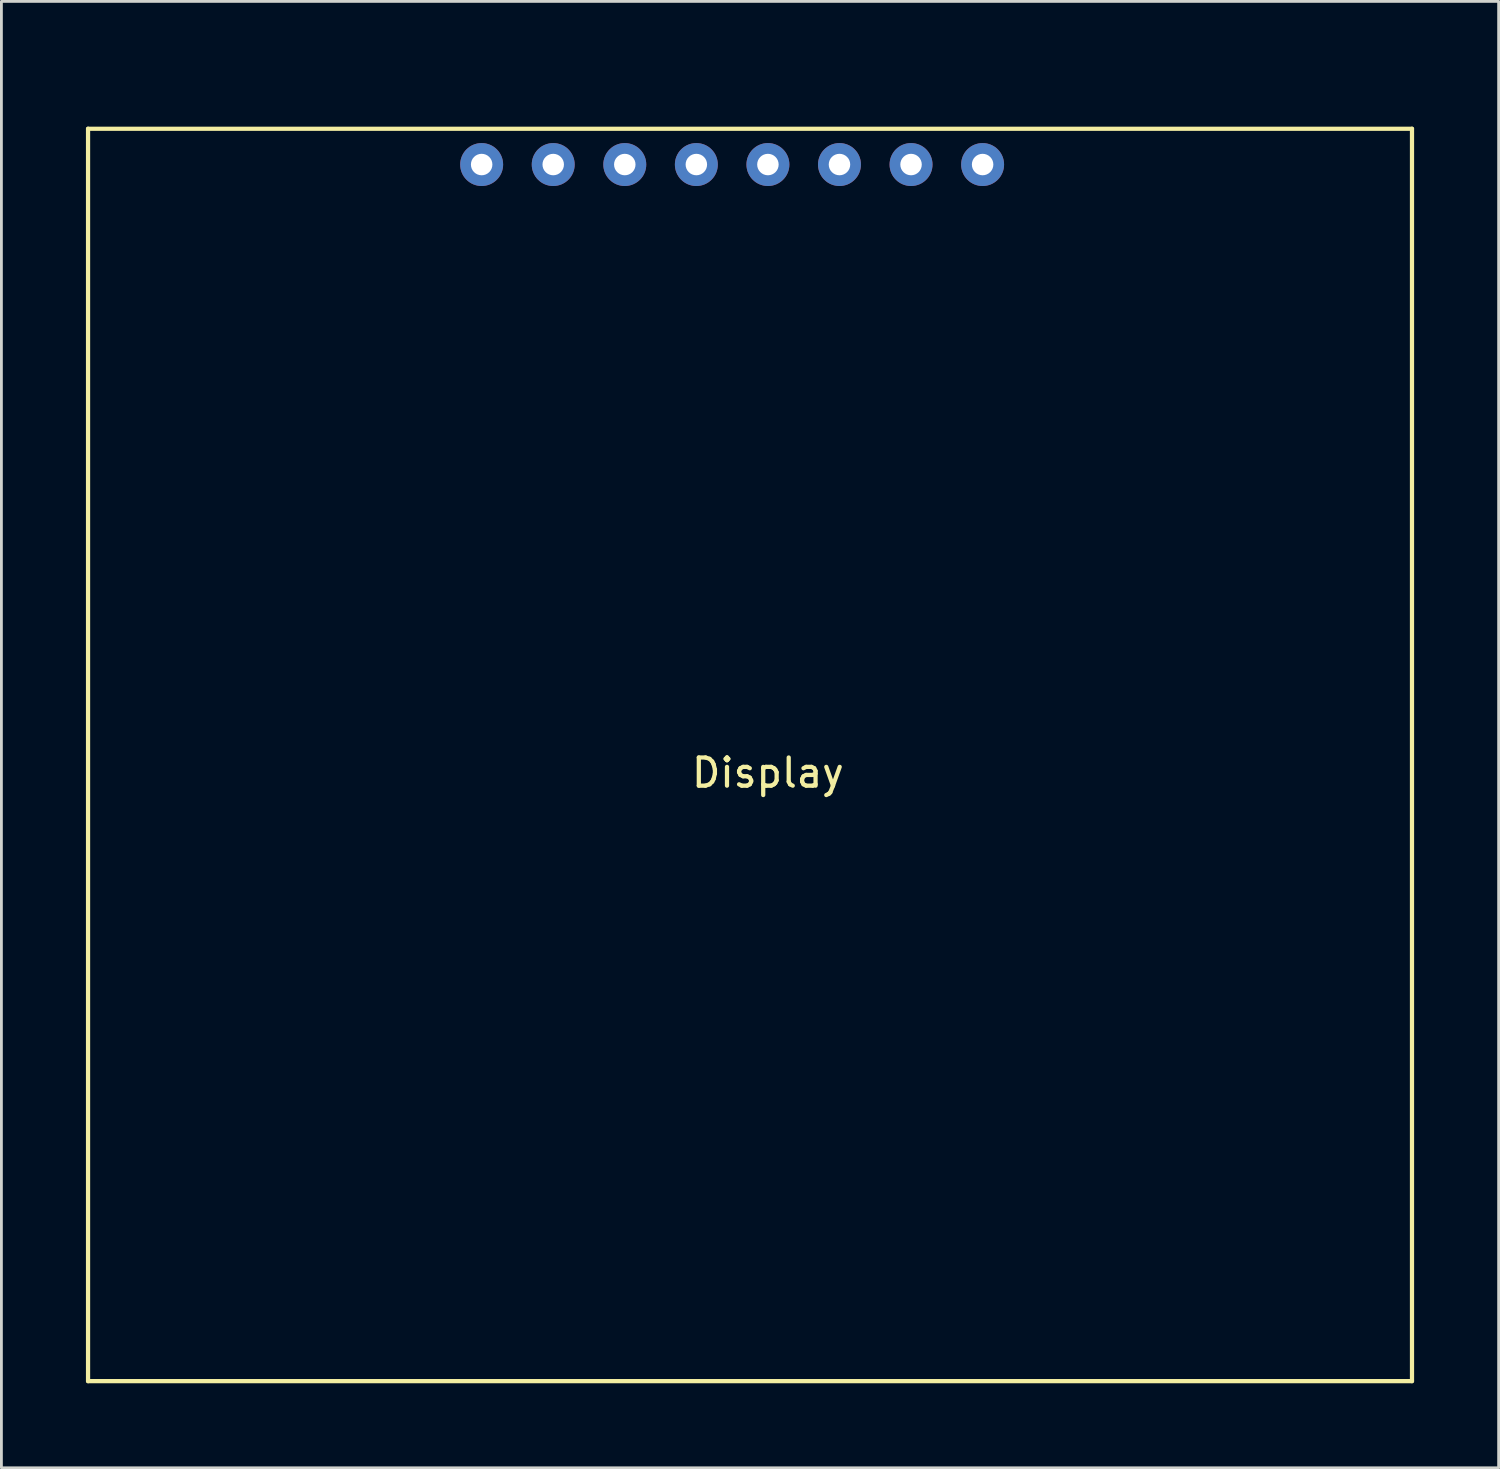
<source format=kicad_pcb>
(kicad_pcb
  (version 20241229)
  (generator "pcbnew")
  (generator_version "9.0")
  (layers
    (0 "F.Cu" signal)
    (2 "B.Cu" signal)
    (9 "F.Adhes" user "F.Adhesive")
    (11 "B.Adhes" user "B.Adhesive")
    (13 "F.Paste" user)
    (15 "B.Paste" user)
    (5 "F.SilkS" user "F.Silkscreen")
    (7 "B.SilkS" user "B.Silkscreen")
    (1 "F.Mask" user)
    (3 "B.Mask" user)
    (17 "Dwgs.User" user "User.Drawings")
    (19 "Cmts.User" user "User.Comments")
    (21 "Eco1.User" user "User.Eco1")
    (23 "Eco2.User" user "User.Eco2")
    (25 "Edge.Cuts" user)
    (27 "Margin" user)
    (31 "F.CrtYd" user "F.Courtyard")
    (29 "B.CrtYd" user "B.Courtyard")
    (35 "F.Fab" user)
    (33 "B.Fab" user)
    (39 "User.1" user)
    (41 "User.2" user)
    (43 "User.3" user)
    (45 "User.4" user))
  (footprint "Display"
    (layer "F.Cu")
    (at 24.205 0.25)
    (property "Reference" "Display" (at 0 24.13 0) (layer "F.SilkS") (effects (font (size 1 1) (thickness 0.15))))
    (attr through_hole)
    (fp_line (start -24.13 1.27) (end -24.13 45.72) (stroke (width 0.15) (type solid)) (layer "F.SilkS"))
    (fp_line (start -24.13 45.72) (end 22.86 45.72) (stroke (width 0.15) (type solid)) (layer "F.SilkS"))
    (fp_line (start 22.86 1.27) (end -24.13 1.27) (stroke (width 0.15) (type solid)) (layer "F.SilkS"))
    (fp_line (start 22.86 45.72) (end 22.86 1.27) (stroke (width 0.15) (type solid)) (layer "F.SilkS"))
    (pad "1" thru_hole circle (at -10.16 2.54) (size 1.524 1.524) (drill 0.762) (layers "*.Cu" "*.Mask"))
    (pad "2" thru_hole circle (at -7.62 2.54) (size 1.524 1.524) (drill 0.762) (layers "*.Cu" "*.Mask"))
    (pad "3" thru_hole circle (at -5.08 2.54) (size 1.524 1.524) (drill 0.762) (layers "*.Cu" "*.Mask"))
    (pad "4" thru_hole circle (at -2.54 2.54) (size 1.524 1.524) (drill 0.762) (layers "*.Cu" "*.Mask"))
    (pad "5" thru_hole circle (at 0 2.54) (size 1.524 1.524) (drill 0.762) (layers "*.Cu" "*.Mask"))
    (pad "6" thru_hole circle (at 2.54 2.54) (size 1.524 1.524) (drill 0.762) (layers "*.Cu" "*.Mask"))
    (pad "7" thru_hole circle (at 5.08 2.54) (size 1.524 1.524) (drill 0.762) (layers "*.Cu" "*.Mask"))
    (pad "8" thru_hole circle (at 7.62 2.54) (size 1.524 1.524) (drill 0.762) (layers "*.Cu" "*.Mask")))
  (gr_rect
    (start -3 -3)
    (end 50.14 49.045)
    (stroke (width 0.1) (type default))
    (fill no)
    (layer "Edge.Cuts")))
</source>
